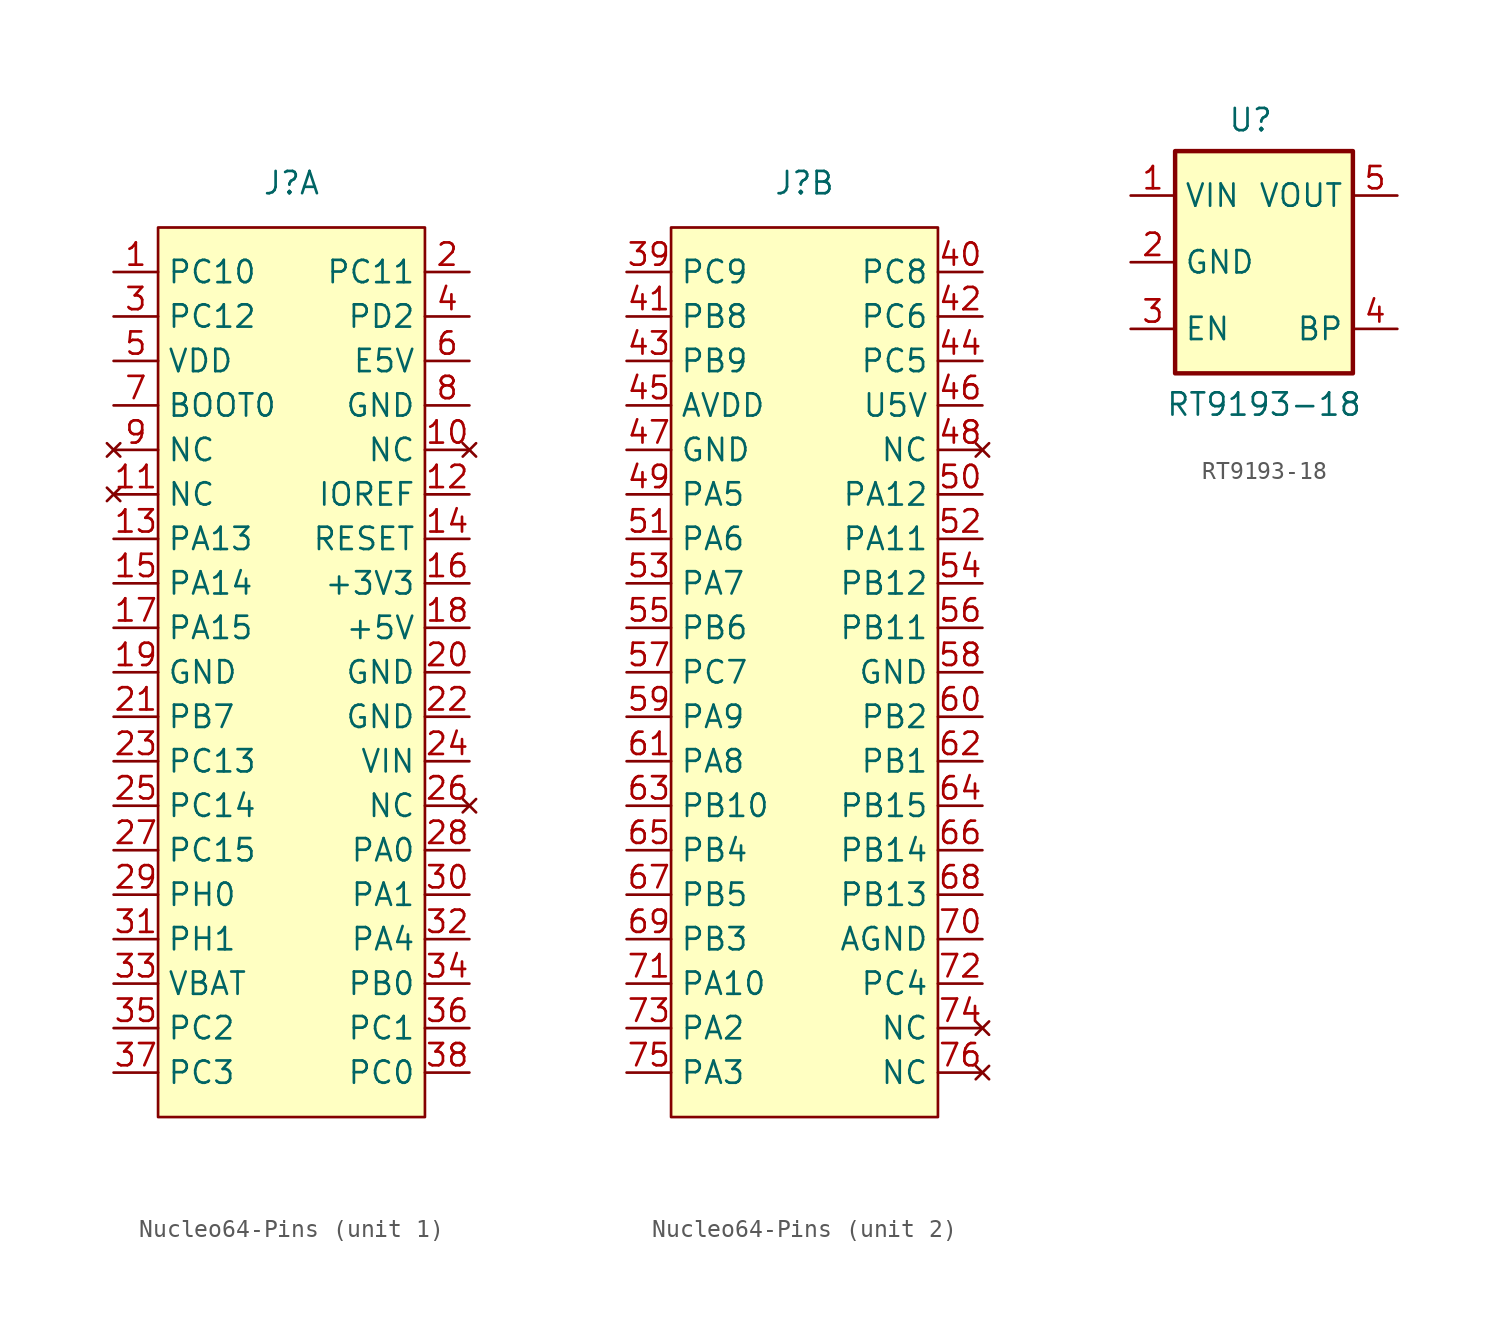
<source format=kicad_sym>
(kicad_symbol_lib
  (version 20231120)
  (generator "kicad_symbol_editor")
  (generator_version "8.0")
  (symbol "Nucleo64-Pins"
    (property "Reference" "J"
      (at 0 0 0)
      (effects (font (size 1.27 1.27))))
    (property "Value" ""
      (at 0 0 0)
      (effects (font (size 1.27 1.27))))
    (property "ki_locked" ""
      (at 0 0 0)
      (effects (font (size 1.27 1.27))))
    (symbol "Nucleo64-Pins_1_1"
      (rectangle (start -7.62 -2.54) (end 7.62 -53.34) (stroke (width 0) (type default)) (fill (type background)))
      (pin passive line (at -10.16 -5.08 0) (length 2.54) (name "PC10" (effects (font (size 1.27 1.27)))) (number "1" (effects (font (size 1.27 1.27)))))
      (pin no_connect line (at 10.16 -15.24 180) (length 2.54) (name "NC" (effects (font (size 1.27 1.27)))) (number "10" (effects (font (size 1.27 1.27)))))
      (pin no_connect line (at -10.16 -17.78 0) (length 2.54) (name "NC" (effects (font (size 1.27 1.27)))) (number "11" (effects (font (size 1.27 1.27)))))
      (pin passive line (at 10.16 -17.78 180) (length 2.54) (name "IOREF" (effects (font (size 1.27 1.27)))) (number "12" (effects (font (size 1.27 1.27)))))
      (pin passive line (at -10.16 -20.32 0) (length 2.54) (name "PA13" (effects (font (size 1.27 1.27)))) (number "13" (effects (font (size 1.27 1.27)))))
      (pin passive line (at 10.16 -20.32 180) (length 2.54) (name "RESET" (effects (font (size 1.27 1.27)))) (number "14" (effects (font (size 1.27 1.27)))))
      (pin passive line (at -10.16 -22.86 0) (length 2.54) (name "PA14" (effects (font (size 1.27 1.27)))) (number "15" (effects (font (size 1.27 1.27)))))
      (pin passive line (at 10.16 -22.86 180) (length 2.54) (name "+3V3" (effects (font (size 1.27 1.27)))) (number "16" (effects (font (size 1.27 1.27)))))
      (pin passive line (at -10.16 -25.4 0) (length 2.54) (name "PA15" (effects (font (size 1.27 1.27)))) (number "17" (effects (font (size 1.27 1.27)))))
      (pin passive line (at 10.16 -25.4 180) (length 2.54) (name "+5V" (effects (font (size 1.27 1.27)))) (number "18" (effects (font (size 1.27 1.27)))))
      (pin passive line (at -10.16 -27.94 0) (length 2.54) (name "GND" (effects (font (size 1.27 1.27)))) (number "19" (effects (font (size 1.27 1.27)))))
      (pin passive line (at 10.16 -5.08 180) (length 2.54) (name "PC11" (effects (font (size 1.27 1.27)))) (number "2" (effects (font (size 1.27 1.27)))))
      (pin passive line (at 10.16 -27.94 180) (length 2.54) (name "GND" (effects (font (size 1.27 1.27)))) (number "20" (effects (font (size 1.27 1.27)))))
      (pin passive line (at -10.16 -30.48 0) (length 2.54) (name "PB7" (effects (font (size 1.27 1.27)))) (number "21" (effects (font (size 1.27 1.27)))))
      (pin passive line (at 10.16 -30.48 180) (length 2.54) (name "GND" (effects (font (size 1.27 1.27)))) (number "22" (effects (font (size 1.27 1.27)))))
      (pin passive line (at -10.16 -33.02 0) (length 2.54) (name "PC13" (effects (font (size 1.27 1.27)))) (number "23" (effects (font (size 1.27 1.27)))))
      (pin passive line (at 10.16 -33.02 180) (length 2.54) (name "VIN" (effects (font (size 1.27 1.27)))) (number "24" (effects (font (size 1.27 1.27)))))
      (pin passive line (at -10.16 -35.56 0) (length 2.54) (name "PC14" (effects (font (size 1.27 1.27)))) (number "25" (effects (font (size 1.27 1.27)))))
      (pin no_connect line (at 10.16 -35.56 180) (length 2.54) (name "NC" (effects (font (size 1.27 1.27)))) (number "26" (effects (font (size 1.27 1.27)))))
      (pin passive line (at -10.16 -38.1 0) (length 2.54) (name "PC15" (effects (font (size 1.27 1.27)))) (number "27" (effects (font (size 1.27 1.27)))))
      (pin passive line (at 10.16 -38.1 180) (length 2.54) (name "PA0" (effects (font (size 1.27 1.27)))) (number "28" (effects (font (size 1.27 1.27)))))
      (pin passive line (at -10.16 -40.64 0) (length 2.54) (name "PH0" (effects (font (size 1.27 1.27)))) (number "29" (effects (font (size 1.27 1.27)))))
      (pin passive line (at -10.16 -7.62 0) (length 2.54) (name "PC12" (effects (font (size 1.27 1.27)))) (number "3" (effects (font (size 1.27 1.27)))))
      (pin passive line (at 10.16 -40.64 180) (length 2.54) (name "PA1" (effects (font (size 1.27 1.27)))) (number "30" (effects (font (size 1.27 1.27)))))
      (pin passive line (at -10.16 -43.18 0) (length 2.54) (name "PH1" (effects (font (size 1.27 1.27)))) (number "31" (effects (font (size 1.27 1.27)))))
      (pin passive line (at 10.16 -43.18 180) (length 2.54) (name "PA4" (effects (font (size 1.27 1.27)))) (number "32" (effects (font (size 1.27 1.27)))))
      (pin passive line (at -10.16 -45.72 0) (length 2.54) (name "VBAT" (effects (font (size 1.27 1.27)))) (number "33" (effects (font (size 1.27 1.27)))))
      (pin passive line (at 10.16 -45.72 180) (length 2.54) (name "PB0" (effects (font (size 1.27 1.27)))) (number "34" (effects (font (size 1.27 1.27)))))
      (pin passive line (at -10.16 -48.26 0) (length 2.54) (name "PC2" (effects (font (size 1.27 1.27)))) (number "35" (effects (font (size 1.27 1.27)))))
      (pin passive line (at 10.16 -48.26 180) (length 2.54) (name "PC1" (effects (font (size 1.27 1.27)))) (number "36" (effects (font (size 1.27 1.27)))))
      (pin passive line (at -10.16 -50.8 0) (length 2.54) (name "PC3" (effects (font (size 1.27 1.27)))) (number "37" (effects (font (size 1.27 1.27)))))
      (pin passive line (at 10.16 -50.8 180) (length 2.54) (name "PC0" (effects (font (size 1.27 1.27)))) (number "38" (effects (font (size 1.27 1.27)))))
      (pin passive line (at 10.16 -7.62 180) (length 2.54) (name "PD2" (effects (font (size 1.27 1.27)))) (number "4" (effects (font (size 1.27 1.27)))))
      (pin passive line (at -10.16 -10.16 0) (length 2.54) (name "VDD" (effects (font (size 1.27 1.27)))) (number "5" (effects (font (size 1.27 1.27)))))
      (pin passive line (at 10.16 -10.16 180) (length 2.54) (name "E5V" (effects (font (size 1.27 1.27)))) (number "6" (effects (font (size 1.27 1.27)))))
      (pin passive line (at -10.16 -12.7 0) (length 2.54) (name "BOOT0" (effects (font (size 1.27 1.27)))) (number "7" (effects (font (size 1.27 1.27)))))
      (pin passive line (at 10.16 -12.7 180) (length 2.54) (name "GND" (effects (font (size 1.27 1.27)))) (number "8" (effects (font (size 1.27 1.27)))))
      (pin no_connect line (at -10.16 -15.24 0) (length 2.54) (name "NC" (effects (font (size 1.27 1.27)))) (number "9" (effects (font (size 1.27 1.27))))))
    (symbol "Nucleo64-Pins_2_1"
      (rectangle (start -7.62 -2.54) (end 7.62 -53.34) (stroke (width 0) (type default)) (fill (type background)))
      (pin passive line (at -10.16 -5.08 0) (length 2.54) (name "PC9" (effects (font (size 1.27 1.27)))) (number "39" (effects (font (size 1.27 1.27)))))
      (pin passive line (at 10.16 -5.08 180) (length 2.54) (name "PC8" (effects (font (size 1.27 1.27)))) (number "40" (effects (font (size 1.27 1.27)))))
      (pin passive line (at -10.16 -7.62 0) (length 2.54) (name "PB8" (effects (font (size 1.27 1.27)))) (number "41" (effects (font (size 1.27 1.27)))))
      (pin passive line (at 10.16 -7.62 180) (length 2.54) (name "PC6" (effects (font (size 1.27 1.27)))) (number "42" (effects (font (size 1.27 1.27)))))
      (pin passive line (at -10.16 -10.16 0) (length 2.54) (name "PB9" (effects (font (size 1.27 1.27)))) (number "43" (effects (font (size 1.27 1.27)))))
      (pin passive line (at 10.16 -10.16 180) (length 2.54) (name "PC5" (effects (font (size 1.27 1.27)))) (number "44" (effects (font (size 1.27 1.27)))))
      (pin passive line (at -10.16 -12.7 0) (length 2.54) (name "AVDD" (effects (font (size 1.27 1.27)))) (number "45" (effects (font (size 1.27 1.27)))))
      (pin passive line (at 10.16 -12.7 180) (length 2.54) (name "U5V" (effects (font (size 1.27 1.27)))) (number "46" (effects (font (size 1.27 1.27)))))
      (pin passive line (at -10.16 -15.24 0) (length 2.54) (name "GND" (effects (font (size 1.27 1.27)))) (number "47" (effects (font (size 1.27 1.27)))))
      (pin no_connect line (at 10.16 -15.24 180) (length 2.54) (name "NC" (effects (font (size 1.27 1.27)))) (number "48" (effects (font (size 1.27 1.27)))))
      (pin passive line (at -10.16 -17.78 0) (length 2.54) (name "PA5" (effects (font (size 1.27 1.27)))) (number "49" (effects (font (size 1.27 1.27)))))
      (pin passive line (at 10.16 -17.78 180) (length 2.54) (name "PA12" (effects (font (size 1.27 1.27)))) (number "50" (effects (font (size 1.27 1.27)))))
      (pin passive line (at -10.16 -20.32 0) (length 2.54) (name "PA6" (effects (font (size 1.27 1.27)))) (number "51" (effects (font (size 1.27 1.27)))))
      (pin passive line (at 10.16 -20.32 180) (length 2.54) (name "PA11" (effects (font (size 1.27 1.27)))) (number "52" (effects (font (size 1.27 1.27)))))
      (pin passive line (at -10.16 -22.86 0) (length 2.54) (name "PA7" (effects (font (size 1.27 1.27)))) (number "53" (effects (font (size 1.27 1.27)))))
      (pin passive line (at 10.16 -22.86 180) (length 2.54) (name "PB12" (effects (font (size 1.27 1.27)))) (number "54" (effects (font (size 1.27 1.27)))))
      (pin passive line (at -10.16 -25.4 0) (length 2.54) (name "PB6" (effects (font (size 1.27 1.27)))) (number "55" (effects (font (size 1.27 1.27)))))
      (pin passive line (at 10.16 -25.4 180) (length 2.54) (name "PB11" (effects (font (size 1.27 1.27)))) (number "56" (effects (font (size 1.27 1.27)))))
      (pin passive line (at -10.16 -27.94 0) (length 2.54) (name "PC7" (effects (font (size 1.27 1.27)))) (number "57" (effects (font (size 1.27 1.27)))))
      (pin passive line (at 10.16 -27.94 180) (length 2.54) (name "GND" (effects (font (size 1.27 1.27)))) (number "58" (effects (font (size 1.27 1.27)))))
      (pin passive line (at -10.16 -30.48 0) (length 2.54) (name "PA9" (effects (font (size 1.27 1.27)))) (number "59" (effects (font (size 1.27 1.27)))))
      (pin passive line (at 10.16 -30.48 180) (length 2.54) (name "PB2" (effects (font (size 1.27 1.27)))) (number "60" (effects (font (size 1.27 1.27)))))
      (pin passive line (at -10.16 -33.02 0) (length 2.54) (name "PA8" (effects (font (size 1.27 1.27)))) (number "61" (effects (font (size 1.27 1.27)))))
      (pin passive line (at 10.16 -33.02 180) (length 2.54) (name "PB1" (effects (font (size 1.27 1.27)))) (number "62" (effects (font (size 1.27 1.27)))))
      (pin passive line (at -10.16 -35.56 0) (length 2.54) (name "PB10" (effects (font (size 1.27 1.27)))) (number "63" (effects (font (size 1.27 1.27)))))
      (pin passive line (at 10.16 -35.56 180) (length 2.54) (name "PB15" (effects (font (size 1.27 1.27)))) (number "64" (effects (font (size 1.27 1.27)))))
      (pin passive line (at -10.16 -38.1 0) (length 2.54) (name "PB4" (effects (font (size 1.27 1.27)))) (number "65" (effects (font (size 1.27 1.27)))))
      (pin passive line (at 10.16 -38.1 180) (length 2.54) (name "PB14" (effects (font (size 1.27 1.27)))) (number "66" (effects (font (size 1.27 1.27)))))
      (pin passive line (at -10.16 -40.64 0) (length 2.54) (name "PB5" (effects (font (size 1.27 1.27)))) (number "67" (effects (font (size 1.27 1.27)))))
      (pin passive line (at 10.16 -40.64 180) (length 2.54) (name "PB13" (effects (font (size 1.27 1.27)))) (number "68" (effects (font (size 1.27 1.27)))))
      (pin passive line (at -10.16 -43.18 0) (length 2.54) (name "PB3" (effects (font (size 1.27 1.27)))) (number "69" (effects (font (size 1.27 1.27)))))
      (pin passive line (at 10.16 -43.18 180) (length 2.54) (name "AGND" (effects (font (size 1.27 1.27)))) (number "70" (effects (font (size 1.27 1.27)))))
      (pin passive line (at -10.16 -45.72 0) (length 2.54) (name "PA10" (effects (font (size 1.27 1.27)))) (number "71" (effects (font (size 1.27 1.27)))))
      (pin passive line (at 10.16 -45.72 180) (length 2.54) (name "PC4" (effects (font (size 1.27 1.27)))) (number "72" (effects (font (size 1.27 1.27)))))
      (pin passive line (at -10.16 -48.26 0) (length 2.54) (name "PA2" (effects (font (size 1.27 1.27)))) (number "73" (effects (font (size 1.27 1.27)))))
      (pin no_connect line (at 10.16 -48.26 180) (length 2.54) (name "NC" (effects (font (size 1.27 1.27)))) (number "74" (effects (font (size 1.27 1.27)))))
      (pin passive line (at -10.16 -50.8 0) (length 2.54) (name "PA3" (effects (font (size 1.27 1.27)))) (number "75" (effects (font (size 1.27 1.27)))))
      (pin no_connect line (at 10.16 -50.8 180) (length 2.54) (name "NC" (effects (font (size 1.27 1.27)))) (number "76" (effects (font (size 1.27 1.27)))))))
  (symbol "RT9193-18"
    (property "Reference" "U"
      (at -0.762 6.858 0)
      (effects (font (size 1.27 1.27))))
    (property "Value" "RT9193-18"
      (at 0 -9.398 0)
      (effects (font (size 1.27 1.27))))
    (symbol "RT9193-18_0_1"
      (rectangle (start -5.08 5.08) (end 5.08 -7.62) (stroke (width 0.254) (type default)) (fill (type background))))
    (symbol "RT9193-18_1_1"
      (pin input line (at -7.62 2.54 0) (length 2.54) (name "VIN" (effects (font (size 1.27 1.27)))) (number "1" (effects (font (size 1.27 1.27)))))
      (pin input line (at -7.62 -1.27 0) (length 2.54) (name "GND" (effects (font (size 1.27 1.27)))) (number "2" (effects (font (size 1.27 1.27)))))
      (pin input line (at -7.62 -5.08 0) (length 2.54) (name "EN" (effects (font (size 1.27 1.27)))) (number "3" (effects (font (size 1.27 1.27)))))
      (pin input line (at 7.62 -5.08 180) (length 2.54) (name "BP" (effects (font (size 1.27 1.27)))) (number "4" (effects (font (size 1.27 1.27)))))
      (pin power_out line (at 7.62 2.54 180) (length 2.54) (name "VOUT" (effects (font (size 1.27 1.27)))) (number "5" (effects (font (size 1.27 1.27))))))))
</source>
